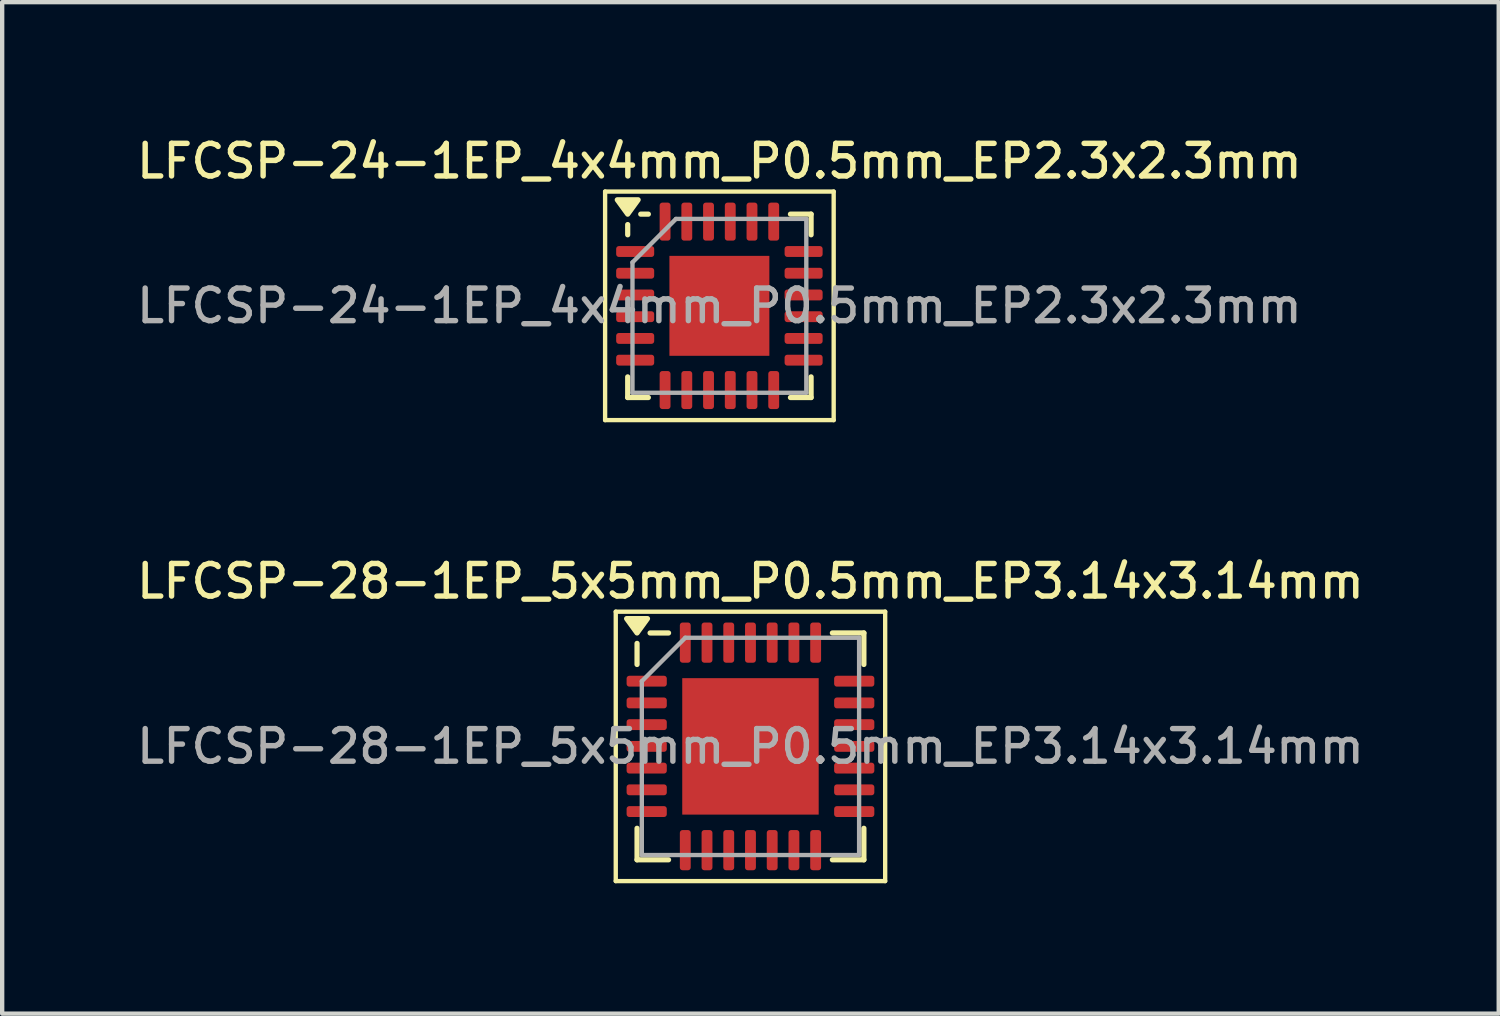
<source format=kicad_pcb>
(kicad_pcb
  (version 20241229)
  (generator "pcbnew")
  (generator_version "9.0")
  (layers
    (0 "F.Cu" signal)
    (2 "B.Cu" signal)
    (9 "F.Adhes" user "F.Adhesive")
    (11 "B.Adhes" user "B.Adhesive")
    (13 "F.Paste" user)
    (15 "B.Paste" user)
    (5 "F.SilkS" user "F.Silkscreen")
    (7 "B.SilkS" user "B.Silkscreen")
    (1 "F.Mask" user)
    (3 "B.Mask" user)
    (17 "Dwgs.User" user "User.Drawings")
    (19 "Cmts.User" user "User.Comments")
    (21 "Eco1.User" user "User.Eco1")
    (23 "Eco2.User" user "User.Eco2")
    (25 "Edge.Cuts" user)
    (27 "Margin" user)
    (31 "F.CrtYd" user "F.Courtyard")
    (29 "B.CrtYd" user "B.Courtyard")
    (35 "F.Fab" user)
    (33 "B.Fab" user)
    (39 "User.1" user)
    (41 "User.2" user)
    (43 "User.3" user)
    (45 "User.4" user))
  (footprint "LFCSP-24-1EP_4x4mm_P0.5mm_EP2.3x2.3mm"
    (layer "F.Cu")
    (at 13.505 3.988)
    (property "Reference" "LFCSP-24-1EP_4x4mm_P0.5mm_EP2.3x2.3mm" (at 0 -3.33 0) (layer "F.SilkS") (effects (font (size 0.75 0.75) (thickness 0.125))))
    (attr smd)
    (fp_line (start -2.63 -2.63) (end -2.63 2.63) (stroke (width 0.1) (type solid)) (layer "F.SilkS"))
    (fp_line (start -2.63 2.63) (end 2.63 2.63) (stroke (width 0.1) (type solid)) (layer "F.SilkS"))
    (fp_line (start -2.11 -1.635) (end -2.11 -1.87) (stroke (width 0.12) (type solid)) (layer "F.SilkS"))
    (fp_line (start -2.11 2.11) (end -2.11 1.635) (stroke (width 0.12) (type solid)) (layer "F.SilkS"))
    (fp_line (start -1.635 -2.11) (end -1.81 -2.11) (stroke (width 0.12) (type solid)) (layer "F.SilkS"))
    (fp_line (start -1.635 2.11) (end -2.11 2.11) (stroke (width 0.12) (type solid)) (layer "F.SilkS"))
    (fp_line (start 1.635 -2.11) (end 2.11 -2.11) (stroke (width 0.12) (type solid)) (layer "F.SilkS"))
    (fp_line (start 1.635 2.11) (end 2.11 2.11) (stroke (width 0.12) (type solid)) (layer "F.SilkS"))
    (fp_line (start 2.11 -2.11) (end 2.11 -1.635) (stroke (width 0.12) (type solid)) (layer "F.SilkS"))
    (fp_line (start 2.11 2.11) (end 2.11 1.635) (stroke (width 0.12) (type solid)) (layer "F.SilkS"))
    (fp_line (start 2.63 -2.63) (end -2.63 -2.63) (stroke (width 0.1) (type solid)) (layer "F.SilkS"))
    (fp_line (start 2.63 2.63) (end 2.63 -2.63) (stroke (width 0.1) (type solid)) (layer "F.SilkS"))
    (fp_poly (pts (xy -2.11 -2.11) (xy -2.35 -2.44) (xy -1.87 -2.44) (xy -2.11 -2.11)) (stroke (width 0.12) (type solid)) (fill yes) (layer "F.SilkS"))
    (fp_line (start -2 -1) (end -1 -2) (stroke (width 0.1) (type solid)) (layer "F.Fab"))
    (fp_line (start -2 2) (end -2 -1) (stroke (width 0.1) (type solid)) (layer "F.Fab"))
    (fp_line (start -1 -2) (end 2 -2) (stroke (width 0.1) (type solid)) (layer "F.Fab"))
    (fp_line (start 2 -2) (end 2 2) (stroke (width 0.1) (type solid)) (layer "F.Fab"))
    (fp_line (start 2 2) (end -2 2) (stroke (width 0.1) (type solid)) (layer "F.Fab"))
    (fp_text user "${REFERENCE}" (at 0 0 0) (layer "F.Fab") (effects (font (size 0.75 0.75) (thickness 0.125))))
    (pad "" smd roundrect (at -0.575 -0.575) (size 0.93 0.93) (layers "F.Paste") (roundrect_rratio 0.25))
    (pad "" smd roundrect (at -0.575 0.575) (size 0.93 0.93) (layers "F.Paste") (roundrect_rratio 0.25))
    (pad "" smd roundrect (at 0.575 -0.575) (size 0.93 0.93) (layers "F.Paste") (roundrect_rratio 0.25))
    (pad "" smd roundrect (at 0.575 0.575) (size 0.93 0.93) (layers "F.Paste") (roundrect_rratio 0.25))
    (pad "1" smd roundrect (at -1.938 -1.25) (size 0.875 0.25) (layers "F.Cu" "F.Mask" "F.Paste") (roundrect_rratio 0.25))
    (pad "2" smd roundrect (at -1.938 -0.75) (size 0.875 0.25) (layers "F.Cu" "F.Mask" "F.Paste") (roundrect_rratio 0.25))
    (pad "3" smd roundrect (at -1.938 -0.25) (size 0.875 0.25) (layers "F.Cu" "F.Mask" "F.Paste") (roundrect_rratio 0.25))
    (pad "4" smd roundrect (at -1.938 0.25) (size 0.875 0.25) (layers "F.Cu" "F.Mask" "F.Paste") (roundrect_rratio 0.25))
    (pad "5" smd roundrect (at -1.938 0.75) (size 0.875 0.25) (layers "F.Cu" "F.Mask" "F.Paste") (roundrect_rratio 0.25))
    (pad "6" smd roundrect (at -1.938 1.25) (size 0.875 0.25) (layers "F.Cu" "F.Mask" "F.Paste") (roundrect_rratio 0.25))
    (pad "7" smd roundrect (at -1.25 1.938) (size 0.25 0.875) (layers "F.Cu" "F.Mask" "F.Paste") (roundrect_rratio 0.25))
    (pad "8" smd roundrect (at -0.75 1.938) (size 0.25 0.875) (layers "F.Cu" "F.Mask" "F.Paste") (roundrect_rratio 0.25))
    (pad "9" smd roundrect (at -0.25 1.938) (size 0.25 0.875) (layers "F.Cu" "F.Mask" "F.Paste") (roundrect_rratio 0.25))
    (pad "10" smd roundrect (at 0.25 1.938) (size 0.25 0.875) (layers "F.Cu" "F.Mask" "F.Paste") (roundrect_rratio 0.25))
    (pad "11" smd roundrect (at 0.75 1.938) (size 0.25 0.875) (layers "F.Cu" "F.Mask" "F.Paste") (roundrect_rratio 0.25))
    (pad "12" smd roundrect (at 1.25 1.938) (size 0.25 0.875) (layers "F.Cu" "F.Mask" "F.Paste") (roundrect_rratio 0.25))
    (pad "13" smd roundrect (at 1.938 1.25) (size 0.875 0.25) (layers "F.Cu" "F.Mask" "F.Paste") (roundrect_rratio 0.25))
    (pad "14" smd roundrect (at 1.938 0.75) (size 0.875 0.25) (layers "F.Cu" "F.Mask" "F.Paste") (roundrect_rratio 0.25))
    (pad "15" smd roundrect (at 1.938 0.25) (size 0.875 0.25) (layers "F.Cu" "F.Mask" "F.Paste") (roundrect_rratio 0.25))
    (pad "16" smd roundrect (at 1.938 -0.25) (size 0.875 0.25) (layers "F.Cu" "F.Mask" "F.Paste") (roundrect_rratio 0.25))
    (pad "17" smd roundrect (at 1.938 -0.75) (size 0.875 0.25) (layers "F.Cu" "F.Mask" "F.Paste") (roundrect_rratio 0.25))
    (pad "18" smd roundrect (at 1.938 -1.25) (size 0.875 0.25) (layers "F.Cu" "F.Mask" "F.Paste") (roundrect_rratio 0.25))
    (pad "19" smd roundrect (at 1.25 -1.938) (size 0.25 0.875) (layers "F.Cu" "F.Mask" "F.Paste") (roundrect_rratio 0.25))
    (pad "20" smd roundrect (at 0.75 -1.938) (size 0.25 0.875) (layers "F.Cu" "F.Mask" "F.Paste") (roundrect_rratio 0.25))
    (pad "21" smd roundrect (at 0.25 -1.938) (size 0.25 0.875) (layers "F.Cu" "F.Mask" "F.Paste") (roundrect_rratio 0.25))
    (pad "22" smd roundrect (at -0.25 -1.938) (size 0.25 0.875) (layers "F.Cu" "F.Mask" "F.Paste") (roundrect_rratio 0.25))
    (pad "23" smd roundrect (at -0.75 -1.938) (size 0.25 0.875) (layers "F.Cu" "F.Mask" "F.Paste") (roundrect_rratio 0.25))
    (pad "24" smd roundrect (at -1.25 -1.938) (size 0.25 0.875) (layers "F.Cu" "F.Mask" "F.Paste") (roundrect_rratio 0.25))
    (pad "25" smd rect (at 0 0) (size 2.3 2.3) (property pad_prop_heatsink) (layers "F.Cu" "F.Mask")))
  (footprint "LFCSP-28-1EP_5x5mm_P0.5mm_EP3.14x3.14mm"
    (layer "F.Cu")
    (at 14.22 14.126)
    (property "Reference" "LFCSP-28-1EP_5x5mm_P0.5mm_EP3.14x3.14mm" (at 0 -3.8 0) (layer "F.SilkS") (effects (font (size 0.75 0.75) (thickness 0.125))))
    (attr smd)
    (fp_line (start -3.1 -3.1) (end -3.1 3.1) (stroke (width 0.1) (type solid)) (layer "F.SilkS"))
    (fp_line (start -3.1 3.1) (end 3.1 3.1) (stroke (width 0.1) (type solid)) (layer "F.SilkS"))
    (fp_line (start -2.61 -1.885) (end -2.61 -2.37) (stroke (width 0.12) (type solid)) (layer "F.SilkS"))
    (fp_line (start -2.61 2.61) (end -2.61 1.885) (stroke (width 0.12) (type solid)) (layer "F.SilkS"))
    (fp_line (start -1.885 -2.61) (end -2.31 -2.61) (stroke (width 0.12) (type solid)) (layer "F.SilkS"))
    (fp_line (start -1.885 2.61) (end -2.61 2.61) (stroke (width 0.12) (type solid)) (layer "F.SilkS"))
    (fp_line (start 1.885 -2.61) (end 2.61 -2.61) (stroke (width 0.12) (type solid)) (layer "F.SilkS"))
    (fp_line (start 1.885 2.61) (end 2.61 2.61) (stroke (width 0.12) (type solid)) (layer "F.SilkS"))
    (fp_line (start 2.61 -2.61) (end 2.61 -1.885) (stroke (width 0.12) (type solid)) (layer "F.SilkS"))
    (fp_line (start 2.61 2.61) (end 2.61 1.885) (stroke (width 0.12) (type solid)) (layer "F.SilkS"))
    (fp_line (start 3.1 -3.1) (end -3.1 -3.1) (stroke (width 0.1) (type solid)) (layer "F.SilkS"))
    (fp_line (start 3.1 3.1) (end 3.1 -3.1) (stroke (width 0.1) (type solid)) (layer "F.SilkS"))
    (fp_poly (pts (xy -2.61 -2.61) (xy -2.85 -2.94) (xy -2.37 -2.94) (xy -2.61 -2.61)) (stroke (width 0.12) (type solid)) (fill yes) (layer "F.SilkS"))
    (fp_line (start -2.5 -1.5) (end -1.5 -2.5) (stroke (width 0.1) (type solid)) (layer "F.Fab"))
    (fp_line (start -2.5 2.5) (end -2.5 -1.5) (stroke (width 0.1) (type solid)) (layer "F.Fab"))
    (fp_line (start -1.5 -2.5) (end 2.5 -2.5) (stroke (width 0.1) (type solid)) (layer "F.Fab"))
    (fp_line (start 2.5 -2.5) (end 2.5 2.5) (stroke (width 0.1) (type solid)) (layer "F.Fab"))
    (fp_line (start 2.5 2.5) (end -2.5 2.5) (stroke (width 0.1) (type solid)) (layer "F.Fab"))
    (fp_text user "${REFERENCE}" (at 0 0 0) (layer "F.Fab") (effects (font (size 0.75 0.75) (thickness 0.125))))
    (pad "" smd roundrect (at -0.785 -0.785) (size 1.27 1.27) (layers "F.Paste") (roundrect_rratio 0.197))
    (pad "" smd roundrect (at -0.785 0.785) (size 1.27 1.27) (layers "F.Paste") (roundrect_rratio 0.197))
    (pad "" smd roundrect (at 0.785 -0.785) (size 1.27 1.27) (layers "F.Paste") (roundrect_rratio 0.197))
    (pad "" smd roundrect (at 0.785 0.785) (size 1.27 1.27) (layers "F.Paste") (roundrect_rratio 0.197))
    (pad "1" smd roundrect (at -2.388 -1.5) (size 0.925 0.25) (layers "F.Cu" "F.Mask" "F.Paste") (roundrect_rratio 0.25))
    (pad "2" smd roundrect (at -2.388 -1) (size 0.925 0.25) (layers "F.Cu" "F.Mask" "F.Paste") (roundrect_rratio 0.25))
    (pad "3" smd roundrect (at -2.388 -0.5) (size 0.925 0.25) (layers "F.Cu" "F.Mask" "F.Paste") (roundrect_rratio 0.25))
    (pad "4" smd roundrect (at -2.388 0) (size 0.925 0.25) (layers "F.Cu" "F.Mask" "F.Paste") (roundrect_rratio 0.25))
    (pad "5" smd roundrect (at -2.388 0.5) (size 0.925 0.25) (layers "F.Cu" "F.Mask" "F.Paste") (roundrect_rratio 0.25))
    (pad "6" smd roundrect (at -2.388 1) (size 0.925 0.25) (layers "F.Cu" "F.Mask" "F.Paste") (roundrect_rratio 0.25))
    (pad "7" smd roundrect (at -2.388 1.5) (size 0.925 0.25) (layers "F.Cu" "F.Mask" "F.Paste") (roundrect_rratio 0.25))
    (pad "8" smd roundrect (at -1.5 2.388) (size 0.25 0.925) (layers "F.Cu" "F.Mask" "F.Paste") (roundrect_rratio 0.25))
    (pad "9" smd roundrect (at -1 2.388) (size 0.25 0.925) (layers "F.Cu" "F.Mask" "F.Paste") (roundrect_rratio 0.25))
    (pad "10" smd roundrect (at -0.5 2.388) (size 0.25 0.925) (layers "F.Cu" "F.Mask" "F.Paste") (roundrect_rratio 0.25))
    (pad "11" smd roundrect (at 0 2.388) (size 0.25 0.925) (layers "F.Cu" "F.Mask" "F.Paste") (roundrect_rratio 0.25))
    (pad "12" smd roundrect (at 0.5 2.388) (size 0.25 0.925) (layers "F.Cu" "F.Mask" "F.Paste") (roundrect_rratio 0.25))
    (pad "13" smd roundrect (at 1 2.388) (size 0.25 0.925) (layers "F.Cu" "F.Mask" "F.Paste") (roundrect_rratio 0.25))
    (pad "14" smd roundrect (at 1.5 2.388) (size 0.25 0.925) (layers "F.Cu" "F.Mask" "F.Paste") (roundrect_rratio 0.25))
    (pad "15" smd roundrect (at 2.388 1.5) (size 0.925 0.25) (layers "F.Cu" "F.Mask" "F.Paste") (roundrect_rratio 0.25))
    (pad "16" smd roundrect (at 2.388 1) (size 0.925 0.25) (layers "F.Cu" "F.Mask" "F.Paste") (roundrect_rratio 0.25))
    (pad "17" smd roundrect (at 2.388 0.5) (size 0.925 0.25) (layers "F.Cu" "F.Mask" "F.Paste") (roundrect_rratio 0.25))
    (pad "18" smd roundrect (at 2.388 0) (size 0.925 0.25) (layers "F.Cu" "F.Mask" "F.Paste") (roundrect_rratio 0.25))
    (pad "19" smd roundrect (at 2.388 -0.5) (size 0.925 0.25) (layers "F.Cu" "F.Mask" "F.Paste") (roundrect_rratio 0.25))
    (pad "20" smd roundrect (at 2.388 -1) (size 0.925 0.25) (layers "F.Cu" "F.Mask" "F.Paste") (roundrect_rratio 0.25))
    (pad "21" smd roundrect (at 2.388 -1.5) (size 0.925 0.25) (layers "F.Cu" "F.Mask" "F.Paste") (roundrect_rratio 0.25))
    (pad "22" smd roundrect (at 1.5 -2.388) (size 0.25 0.925) (layers "F.Cu" "F.Mask" "F.Paste") (roundrect_rratio 0.25))
    (pad "23" smd roundrect (at 1 -2.388) (size 0.25 0.925) (layers "F.Cu" "F.Mask" "F.Paste") (roundrect_rratio 0.25))
    (pad "24" smd roundrect (at 0.5 -2.388) (size 0.25 0.925) (layers "F.Cu" "F.Mask" "F.Paste") (roundrect_rratio 0.25))
    (pad "25" smd roundrect (at 0 -2.388) (size 0.25 0.925) (layers "F.Cu" "F.Mask" "F.Paste") (roundrect_rratio 0.25))
    (pad "26" smd roundrect (at -0.5 -2.388) (size 0.25 0.925) (layers "F.Cu" "F.Mask" "F.Paste") (roundrect_rratio 0.25))
    (pad "27" smd roundrect (at -1 -2.388) (size 0.25 0.925) (layers "F.Cu" "F.Mask" "F.Paste") (roundrect_rratio 0.25))
    (pad "28" smd roundrect (at -1.5 -2.388) (size 0.25 0.925) (layers "F.Cu" "F.Mask" "F.Paste") (roundrect_rratio 0.25))
    (pad "29" smd rect (at 0 0) (size 3.14 3.14) (property pad_prop_heatsink) (layers "F.Cu" "F.Mask")))
  (gr_rect
    (start -3 -3)
    (end 31.439 20.276)
    (stroke (width 0.1) (type default))
    (fill no)
    (layer "Edge.Cuts")))
</source>
